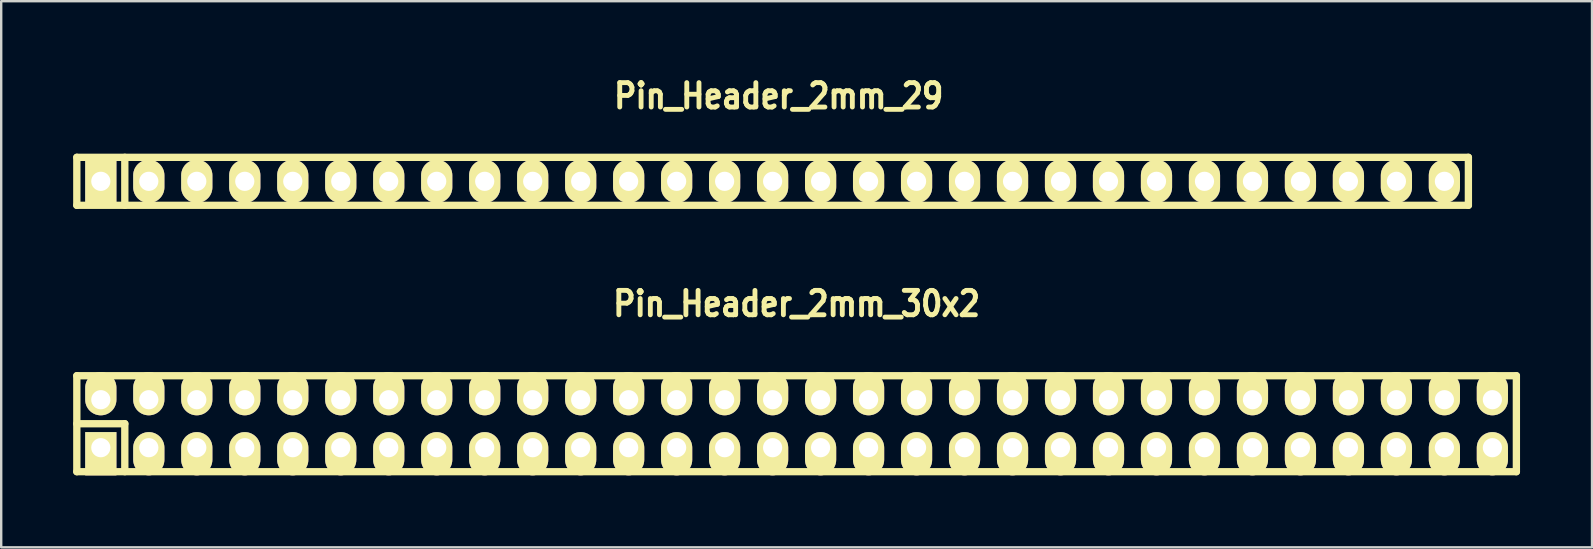
<source format=kicad_pcb>
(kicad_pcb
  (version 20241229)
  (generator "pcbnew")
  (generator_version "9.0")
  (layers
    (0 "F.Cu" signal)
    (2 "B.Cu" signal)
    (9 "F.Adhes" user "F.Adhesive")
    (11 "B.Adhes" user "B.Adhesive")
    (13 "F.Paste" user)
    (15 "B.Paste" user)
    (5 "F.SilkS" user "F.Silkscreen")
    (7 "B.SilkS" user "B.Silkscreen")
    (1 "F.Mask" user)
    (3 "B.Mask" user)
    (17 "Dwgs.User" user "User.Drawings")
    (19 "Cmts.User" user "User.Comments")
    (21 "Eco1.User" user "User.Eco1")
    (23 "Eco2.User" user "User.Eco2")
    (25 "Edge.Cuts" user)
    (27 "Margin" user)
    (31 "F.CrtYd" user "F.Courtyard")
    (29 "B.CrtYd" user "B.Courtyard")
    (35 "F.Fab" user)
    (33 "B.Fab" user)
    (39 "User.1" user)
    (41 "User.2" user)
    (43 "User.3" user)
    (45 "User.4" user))
  (footprint "Pin_Header_2mm_29"
    (layer "F.Cu")
    (at 29.152 4.507)
    (property "Reference" "Pin_Header_2mm_29" (at 0.254 -3.556 0) (layer "F.SilkS") (effects (font (size 1.016 0.889) (thickness 0.203))))
    (attr through_hole)
    (fp_line (start -29 -1) (end 29 -1) (stroke (width 0.305) (type solid)) (layer "F.SilkS"))
    (fp_line (start -29 1) (end -29 -1) (stroke (width 0.305) (type solid)) (layer "F.SilkS"))
    (fp_line (start -27 -1) (end -27 1) (stroke (width 0.305) (type solid)) (layer "F.SilkS"))
    (fp_line (start 29 -1) (end 29 1) (stroke (width 0.305) (type solid)) (layer "F.SilkS"))
    (fp_line (start 29 1) (end -29 1) (stroke (width 0.305) (type solid)) (layer "F.SilkS"))
    (pad "1" thru_hole rect (at -28 0) (size 1.3 1.8) (drill 0.8) (layers "*.Cu" "*.Mask" "F.SilkS"))
    (pad "2" thru_hole oval (at -26 0) (size 1.3 1.8) (drill 0.8) (layers "*.Cu" "*.Mask" "F.SilkS"))
    (pad "3" thru_hole oval (at -24 0) (size 1.3 1.8) (drill 0.8) (layers "*.Cu" "*.Mask" "F.SilkS"))
    (pad "4" thru_hole oval (at -22 0) (size 1.3 1.8) (drill 0.8) (layers "*.Cu" "*.Mask" "F.SilkS"))
    (pad "5" thru_hole oval (at -20 0) (size 1.3 1.8) (drill 0.8) (layers "*.Cu" "*.Mask" "F.SilkS"))
    (pad "6" thru_hole oval (at -18 0) (size 1.3 1.8) (drill 0.8) (layers "*.Cu" "*.Mask" "F.SilkS"))
    (pad "7" thru_hole oval (at -16 0) (size 1.3 1.8) (drill 0.8) (layers "*.Cu" "*.Mask" "F.SilkS"))
    (pad "8" thru_hole oval (at -14 0) (size 1.3 1.8) (drill 0.8) (layers "*.Cu" "*.Mask" "F.SilkS"))
    (pad "9" thru_hole oval (at -12 0) (size 1.3 1.8) (drill 0.8) (layers "*.Cu" "*.Mask" "F.SilkS"))
    (pad "10" thru_hole oval (at -10 0) (size 1.3 1.8) (drill 0.8) (layers "*.Cu" "*.Mask" "F.SilkS"))
    (pad "11" thru_hole oval (at -8 0) (size 1.3 1.8) (drill 0.8) (layers "*.Cu" "*.Mask" "F.SilkS"))
    (pad "12" thru_hole oval (at -6 0) (size 1.3 1.8) (drill 0.8) (layers "*.Cu" "*.Mask" "F.SilkS"))
    (pad "13" thru_hole oval (at -4 0) (size 1.3 1.8) (drill 0.8) (layers "*.Cu" "*.Mask" "F.SilkS"))
    (pad "14" thru_hole oval (at -2 0) (size 1.3 1.8) (drill 0.8) (layers "*.Cu" "*.Mask" "F.SilkS"))
    (pad "15" thru_hole oval (at 0 0) (size 1.3 1.8) (drill 0.8) (layers "*.Cu" "*.Mask" "F.SilkS"))
    (pad "16" thru_hole oval (at 2 0) (size 1.3 1.8) (drill 0.8) (layers "*.Cu" "*.Mask" "F.SilkS"))
    (pad "17" thru_hole oval (at 4 0) (size 1.3 1.8) (drill 0.8) (layers "*.Cu" "*.Mask" "F.SilkS"))
    (pad "18" thru_hole oval (at 6 0) (size 1.3 1.8) (drill 0.8) (layers "*.Cu" "*.Mask" "F.SilkS"))
    (pad "19" thru_hole oval (at 8 0) (size 1.3 1.8) (drill 0.8) (layers "*.Cu" "*.Mask" "F.SilkS"))
    (pad "20" thru_hole oval (at 10 0) (size 1.3 1.8) (drill 0.8) (layers "*.Cu" "*.Mask" "F.SilkS"))
    (pad "21" thru_hole oval (at 12 0) (size 1.3 1.8) (drill 0.8) (layers "*.Cu" "*.Mask" "F.SilkS"))
    (pad "22" thru_hole oval (at 14 0) (size 1.3 1.8) (drill 0.8) (layers "*.Cu" "*.Mask" "F.SilkS"))
    (pad "23" thru_hole oval (at 16 0) (size 1.3 1.8) (drill 0.8) (layers "*.Cu" "*.Mask" "F.SilkS"))
    (pad "24" thru_hole oval (at 18 0) (size 1.3 1.8) (drill 0.8) (layers "*.Cu" "*.Mask" "F.SilkS"))
    (pad "25" thru_hole oval (at 20 0) (size 1.3 1.8) (drill 0.8) (layers "*.Cu" "*.Mask" "F.SilkS"))
    (pad "26" thru_hole oval (at 22 0) (size 1.3 1.8) (drill 0.8) (layers "*.Cu" "*.Mask" "F.SilkS"))
    (pad "27" thru_hole oval (at 24 0) (size 1.3 1.8) (drill 0.8) (layers "*.Cu" "*.Mask" "F.SilkS"))
    (pad "28" thru_hole oval (at 26 0) (size 1.3 1.8) (drill 0.8) (layers "*.Cu" "*.Mask" "F.SilkS"))
    (pad "29" thru_hole oval (at 28 0) (size 1.3 1.8) (drill 0.8) (layers "*.Cu" "*.Mask" "F.SilkS")))
  (footprint "Pin_Header_2mm_30x2"
    (layer "F.Cu")
    (at 30.152 14.61)
    (property "Reference" "Pin_Header_2mm_30x2" (at 0 -5 0) (layer "F.SilkS") (effects (font (size 1.016 0.889) (thickness 0.203))))
    (attr through_hole)
    (fp_line (start -30 -2) (end 30 -2) (stroke (width 0.305) (type solid)) (layer "F.SilkS"))
    (fp_line (start -30 0) (end -28 0) (stroke (width 0.305) (type solid)) (layer "F.SilkS"))
    (fp_line (start -30 2) (end -30 -2) (stroke (width 0.305) (type solid)) (layer "F.SilkS"))
    (fp_line (start -28 0) (end -28 2) (stroke (width 0.305) (type solid)) (layer "F.SilkS"))
    (fp_line (start 30 -2) (end 30 2) (stroke (width 0.305) (type solid)) (layer "F.SilkS"))
    (fp_line (start 30 2) (end -30 2) (stroke (width 0.305) (type solid)) (layer "F.SilkS"))
    (pad "1" thru_hole rect (at -29 1) (size 1.3 1.8) (drill 0.8 (offset 0 0.25)) (layers "*.Cu" "*.Mask" "F.SilkS"))
    (pad "2" thru_hole oval (at -29 -1) (size 1.3 1.8) (drill 0.8 (offset 0 -0.25)) (layers "*.Cu" "*.Mask" "F.SilkS"))
    (pad "3" thru_hole oval (at -27 1) (size 1.3 1.8) (drill 0.8 (offset 0 0.25)) (layers "*.Cu" "*.Mask" "F.SilkS"))
    (pad "4" thru_hole oval (at -27 -1) (size 1.3 1.8) (drill 0.8 (offset 0 -0.25)) (layers "*.Cu" "*.Mask" "F.SilkS"))
    (pad "5" thru_hole oval (at -25 1) (size 1.3 1.8) (drill 0.8 (offset 0 0.25)) (layers "*.Cu" "*.Mask" "F.SilkS"))
    (pad "6" thru_hole oval (at -25 -1) (size 1.3 1.8) (drill 0.8 (offset 0 -0.25)) (layers "*.Cu" "*.Mask" "F.SilkS"))
    (pad "7" thru_hole oval (at -23 1) (size 1.3 1.8) (drill 0.8 (offset 0 0.25)) (layers "*.Cu" "*.Mask" "F.SilkS"))
    (pad "8" thru_hole oval (at -23 -1) (size 1.3 1.8) (drill 0.8 (offset 0 -0.25)) (layers "*.Cu" "*.Mask" "F.SilkS"))
    (pad "9" thru_hole oval (at -21 1) (size 1.3 1.8) (drill 0.8 (offset 0 0.25)) (layers "*.Cu" "*.Mask" "F.SilkS"))
    (pad "10" thru_hole oval (at -21 -1) (size 1.3 1.8) (drill 0.8 (offset 0 -0.25)) (layers "*.Cu" "*.Mask" "F.SilkS"))
    (pad "11" thru_hole oval (at -19 1) (size 1.3 1.8) (drill 0.8 (offset 0 0.25)) (layers "*.Cu" "*.Mask" "F.SilkS"))
    (pad "12" thru_hole oval (at -19 -1) (size 1.3 1.8) (drill 0.8 (offset 0 -0.25)) (layers "*.Cu" "*.Mask" "F.SilkS"))
    (pad "13" thru_hole oval (at -17 1) (size 1.3 1.8) (drill 0.8 (offset 0 0.25)) (layers "*.Cu" "*.Mask" "F.SilkS"))
    (pad "14" thru_hole oval (at -17 -1) (size 1.3 1.8) (drill 0.8 (offset 0 -0.25)) (layers "*.Cu" "*.Mask" "F.SilkS"))
    (pad "15" thru_hole oval (at -15 1) (size 1.3 1.8) (drill 0.8 (offset 0 0.25)) (layers "*.Cu" "*.Mask" "F.SilkS"))
    (pad "16" thru_hole oval (at -15 -1) (size 1.3 1.8) (drill 0.8 (offset 0 -0.25)) (layers "*.Cu" "*.Mask" "F.SilkS"))
    (pad "17" thru_hole oval (at -13 1) (size 1.3 1.8) (drill 0.8 (offset 0 0.25)) (layers "*.Cu" "*.Mask" "F.SilkS"))
    (pad "18" thru_hole oval (at -13 -1) (size 1.3 1.8) (drill 0.8 (offset 0 -0.25)) (layers "*.Cu" "*.Mask" "F.SilkS"))
    (pad "19" thru_hole oval (at -11 1) (size 1.3 1.8) (drill 0.8 (offset 0 0.25)) (layers "*.Cu" "*.Mask" "F.SilkS"))
    (pad "20" thru_hole oval (at -11 -1) (size 1.3 1.8) (drill 0.8 (offset 0 -0.25)) (layers "*.Cu" "*.Mask" "F.SilkS"))
    (pad "21" thru_hole oval (at -9 1) (size 1.3 1.8) (drill 0.8 (offset 0 0.25)) (layers "*.Cu" "*.Mask" "F.SilkS"))
    (pad "22" thru_hole oval (at -9 -1) (size 1.3 1.8) (drill 0.8 (offset 0 -0.25)) (layers "*.Cu" "*.Mask" "F.SilkS"))
    (pad "23" thru_hole oval (at -7 1) (size 1.3 1.8) (drill 0.8 (offset 0 0.25)) (layers "*.Cu" "*.Mask" "F.SilkS"))
    (pad "24" thru_hole oval (at -7 -1) (size 1.3 1.8) (drill 0.8 (offset 0 -0.25)) (layers "*.Cu" "*.Mask" "F.SilkS"))
    (pad "25" thru_hole oval (at -5 1) (size 1.3 1.8) (drill 0.8 (offset 0 0.25)) (layers "*.Cu" "*.Mask" "F.SilkS"))
    (pad "26" thru_hole oval (at -5 -1) (size 1.3 1.8) (drill 0.8 (offset 0 -0.25)) (layers "*.Cu" "*.Mask" "F.SilkS"))
    (pad "27" thru_hole oval (at -3 1) (size 1.3 1.8) (drill 0.8 (offset 0 0.25)) (layers "*.Cu" "*.Mask" "F.SilkS"))
    (pad "28" thru_hole oval (at -3 -1) (size 1.3 1.8) (drill 0.8 (offset 0 -0.25)) (layers "*.Cu" "*.Mask" "F.SilkS"))
    (pad "29" thru_hole oval (at -1 1) (size 1.3 1.8) (drill 0.8 (offset 0 0.25)) (layers "*.Cu" "*.Mask" "F.SilkS"))
    (pad "30" thru_hole oval (at -1 -1) (size 1.3 1.8) (drill 0.8 (offset 0 -0.25)) (layers "*.Cu" "*.Mask" "F.SilkS"))
    (pad "31" thru_hole oval (at 1 1) (size 1.3 1.8) (drill 0.8 (offset 0 0.25)) (layers "*.Cu" "*.Mask" "F.SilkS"))
    (pad "32" thru_hole oval (at 1 -1) (size 1.3 1.8) (drill 0.8 (offset 0 -0.25)) (layers "*.Cu" "*.Mask" "F.SilkS"))
    (pad "33" thru_hole oval (at 3 1) (size 1.3 1.8) (drill 0.8 (offset 0 0.25)) (layers "*.Cu" "*.Mask" "F.SilkS"))
    (pad "34" thru_hole oval (at 3 -1) (size 1.3 1.8) (drill 0.8 (offset 0 -0.25)) (layers "*.Cu" "*.Mask" "F.SilkS"))
    (pad "35" thru_hole oval (at 5 1) (size 1.3 1.8) (drill 0.8 (offset 0 0.25)) (layers "*.Cu" "*.Mask" "F.SilkS"))
    (pad "36" thru_hole oval (at 5 -1) (size 1.3 1.8) (drill 0.8 (offset 0 -0.25)) (layers "*.Cu" "*.Mask" "F.SilkS"))
    (pad "37" thru_hole oval (at 7 1) (size 1.3 1.8) (drill 0.8 (offset 0 0.25)) (layers "*.Cu" "*.Mask" "F.SilkS"))
    (pad "38" thru_hole oval (at 7 -1) (size 1.3 1.8) (drill 0.8 (offset 0 -0.25)) (layers "*.Cu" "*.Mask" "F.SilkS"))
    (pad "39" thru_hole oval (at 9 1) (size 1.3 1.8) (drill 0.8 (offset 0 0.25)) (layers "*.Cu" "*.Mask" "F.SilkS"))
    (pad "40" thru_hole oval (at 9 -1) (size 1.3 1.8) (drill 0.8 (offset 0 -0.25)) (layers "*.Cu" "*.Mask" "F.SilkS"))
    (pad "41" thru_hole oval (at 11 1) (size 1.3 1.8) (drill 0.8 (offset 0 0.25)) (layers "*.Cu" "*.Mask" "F.SilkS"))
    (pad "42" thru_hole oval (at 11 -1) (size 1.3 1.8) (drill 0.8 (offset 0 -0.25)) (layers "*.Cu" "*.Mask" "F.SilkS"))
    (pad "43" thru_hole oval (at 13 1) (size 1.3 1.8) (drill 0.8 (offset 0 0.25)) (layers "*.Cu" "*.Mask" "F.SilkS"))
    (pad "44" thru_hole oval (at 13 -1) (size 1.3 1.8) (drill 0.8 (offset 0 -0.25)) (layers "*.Cu" "*.Mask" "F.SilkS"))
    (pad "45" thru_hole oval (at 15 1) (size 1.3 1.8) (drill 0.8 (offset 0 0.25)) (layers "*.Cu" "*.Mask" "F.SilkS"))
    (pad "46" thru_hole oval (at 15 -1) (size 1.3 1.8) (drill 0.8 (offset 0 -0.25)) (layers "*.Cu" "*.Mask" "F.SilkS"))
    (pad "47" thru_hole oval (at 17 1) (size 1.3 1.8) (drill 0.8 (offset 0 0.25)) (layers "*.Cu" "*.Mask" "F.SilkS"))
    (pad "48" thru_hole oval (at 17 -1) (size 1.3 1.8) (drill 0.8 (offset 0 -0.25)) (layers "*.Cu" "*.Mask" "F.SilkS"))
    (pad "49" thru_hole oval (at 19 1) (size 1.3 1.8) (drill 0.8 (offset 0 0.25)) (layers "*.Cu" "*.Mask" "F.SilkS"))
    (pad "50" thru_hole oval (at 19 -1) (size 1.3 1.8) (drill 0.8 (offset 0 -0.25)) (layers "*.Cu" "*.Mask" "F.SilkS"))
    (pad "51" thru_hole oval (at 21 1) (size 1.3 1.8) (drill 0.8 (offset 0 0.25)) (layers "*.Cu" "*.Mask" "F.SilkS"))
    (pad "52" thru_hole oval (at 21 -1) (size 1.3 1.8) (drill 0.8 (offset 0 -0.25)) (layers "*.Cu" "*.Mask" "F.SilkS"))
    (pad "53" thru_hole oval (at 23 1) (size 1.3 1.8) (drill 0.8 (offset 0 0.25)) (layers "*.Cu" "*.Mask" "F.SilkS"))
    (pad "54" thru_hole oval (at 23 -1) (size 1.3 1.8) (drill 0.8 (offset 0 -0.25)) (layers "*.Cu" "*.Mask" "F.SilkS"))
    (pad "55" thru_hole oval (at 25 1) (size 1.3 1.8) (drill 0.8 (offset 0 0.25)) (layers "*.Cu" "*.Mask" "F.SilkS"))
    (pad "56" thru_hole oval (at 25 -1) (size 1.3 1.8) (drill 0.8 (offset 0 -0.25)) (layers "*.Cu" "*.Mask" "F.SilkS"))
    (pad "57" thru_hole oval (at 27 1) (size 1.3 1.8) (drill 0.8 (offset 0 0.25)) (layers "*.Cu" "*.Mask" "F.SilkS"))
    (pad "58" thru_hole oval (at 27 -1) (size 1.3 1.8) (drill 0.8 (offset 0 -0.25)) (layers "*.Cu" "*.Mask" "F.SilkS"))
    (pad "59" thru_hole oval (at 29 1) (size 1.3 1.8) (drill 0.8 (offset 0 0.25)) (layers "*.Cu" "*.Mask" "F.SilkS"))
    (pad "60" thru_hole oval (at 29 -1) (size 1.3 1.8) (drill 0.8 (offset 0 -0.25)) (layers "*.Cu" "*.Mask" "F.SilkS")))
  (gr_rect
    (start -3 -3)
    (end 63.305 19.763)
    (stroke (width 0.1) (type default))
    (fill no)
    (layer "Edge.Cuts")))
</source>
